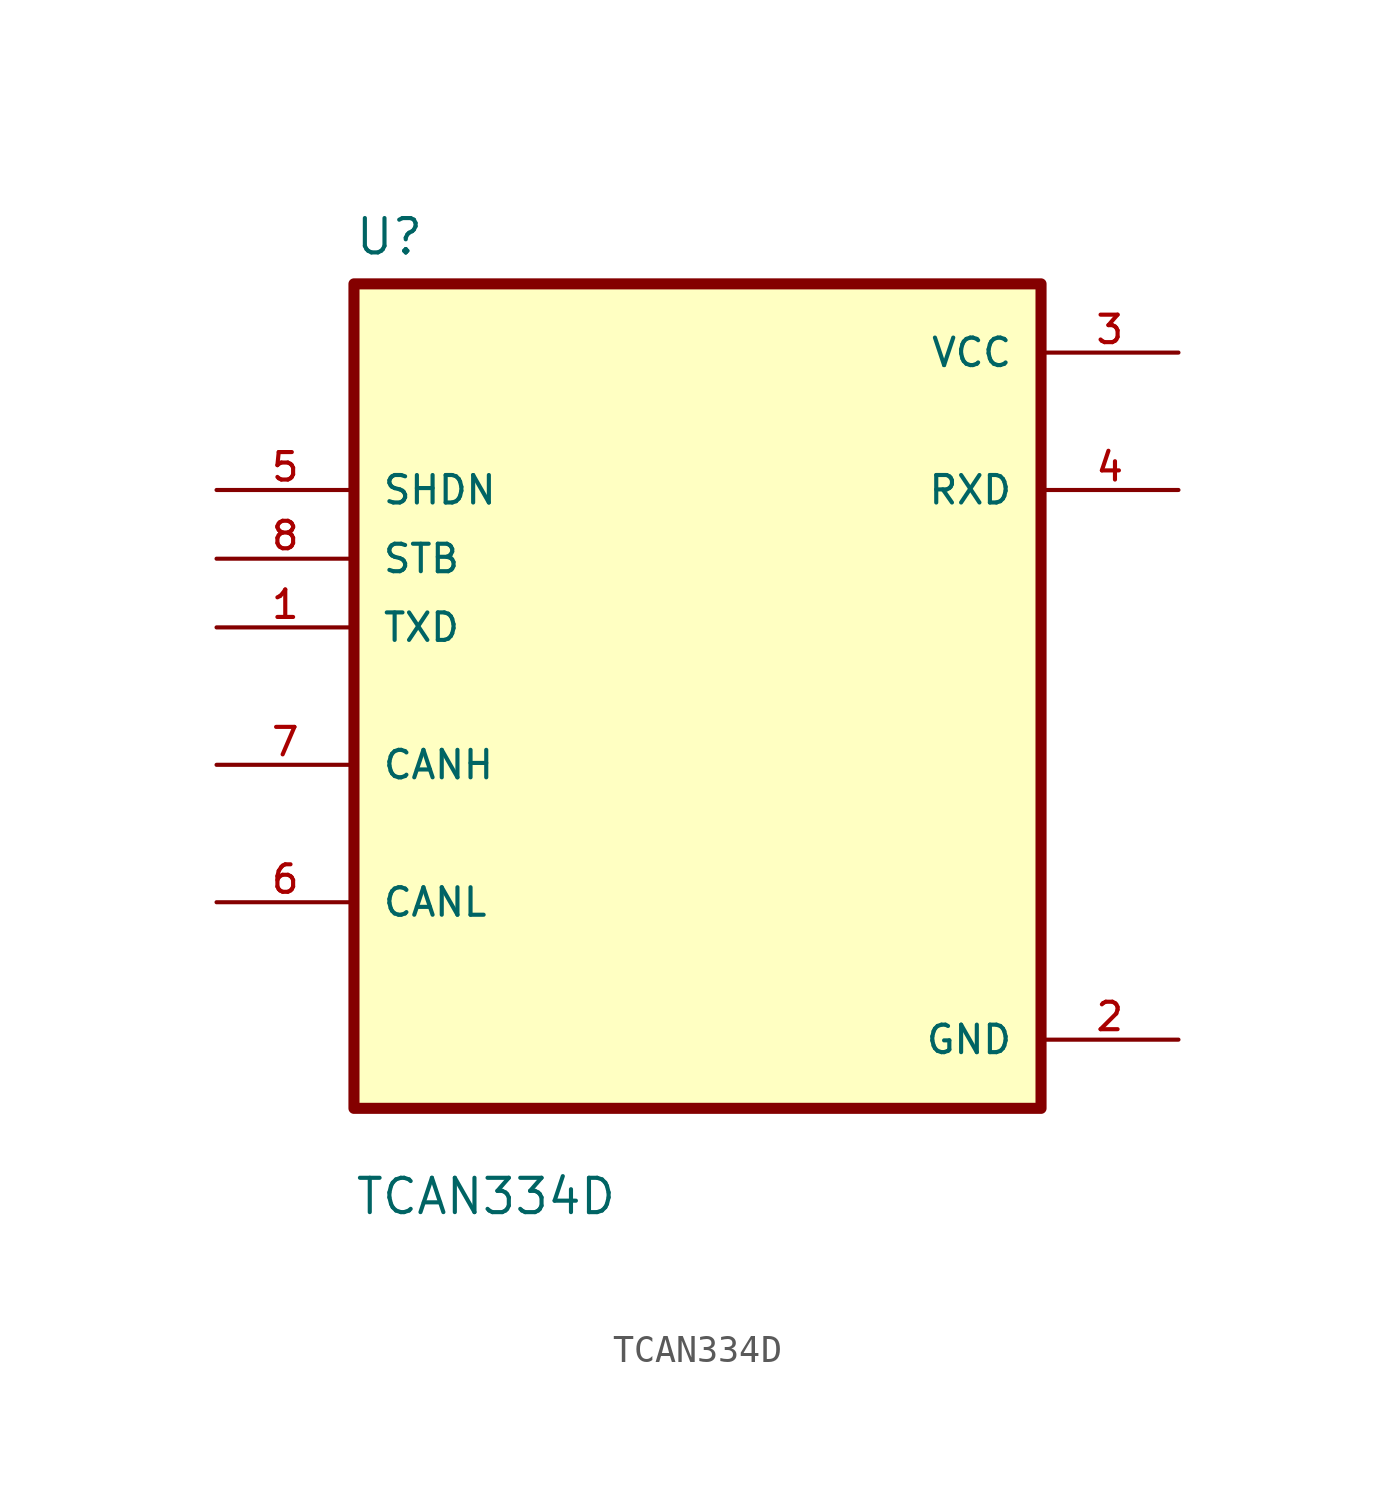
<source format=kicad_sym>
(kicad_symbol_lib
  (version 20211014)
  (generator kicad_symbol_editor)
  (symbol "TCAN334D"
    (pin_names
      (offset 1.016))
    (property "Reference" "U"
      (at -12.7 16.24 0.0)
      (effects (font (size 1.27 1.27)) (justify bottom left)))
    (property "Value" "TCAN334D"
      (at -12.7 -19.24 0.0)
      (effects (font (size 1.27 1.27)) (justify bottom left)))
    (symbol "TCAN334D_0_0"
      (rectangle (start -12.7 -15.24) (end 12.7 15.24) (stroke (width 0.41)) (fill (type background)))
      (pin input line (at -17.78 7.62 0) (length 5.08) (name "SHDN" (effects (font (size 1.016 1.016)))) (number "5" (effects (font (size 1.016 1.016)))))
      (pin input line (at -17.78 5.08 0) (length 5.08) (name "STB" (effects (font (size 1.016 1.016)))) (number "8" (effects (font (size 1.016 1.016)))))
      (pin input line (at -17.78 2.54 0) (length 5.08) (name "TXD" (effects (font (size 1.016 1.016)))) (number "1" (effects (font (size 1.016 1.016)))))
      (pin bidirectional line (at -17.78 -2.54 0) (length 5.08) (name "CANH" (effects (font (size 1.016 1.016)))) (number "7" (effects (font (size 1.016 1.016)))))
      (pin bidirectional line (at -17.78 -7.62 0) (length 5.08) (name "CANL" (effects (font (size 1.016 1.016)))) (number "6" (effects (font (size 1.016 1.016)))))
      (pin power_in line (at 17.78 12.7 180.0) (length 5.08) (name "VCC" (effects (font (size 1.016 1.016)))) (number "3" (effects (font (size 1.016 1.016)))))
      (pin output line (at 17.78 7.62 180.0) (length 5.08) (name "RXD" (effects (font (size 1.016 1.016)))) (number "4" (effects (font (size 1.016 1.016)))))
      (pin power_in line (at 17.78 -12.7 180.0) (length 5.08) (name "GND" (effects (font (size 1.016 1.016)))) (number "2" (effects (font (size 1.016 1.016))))))))
</source>
